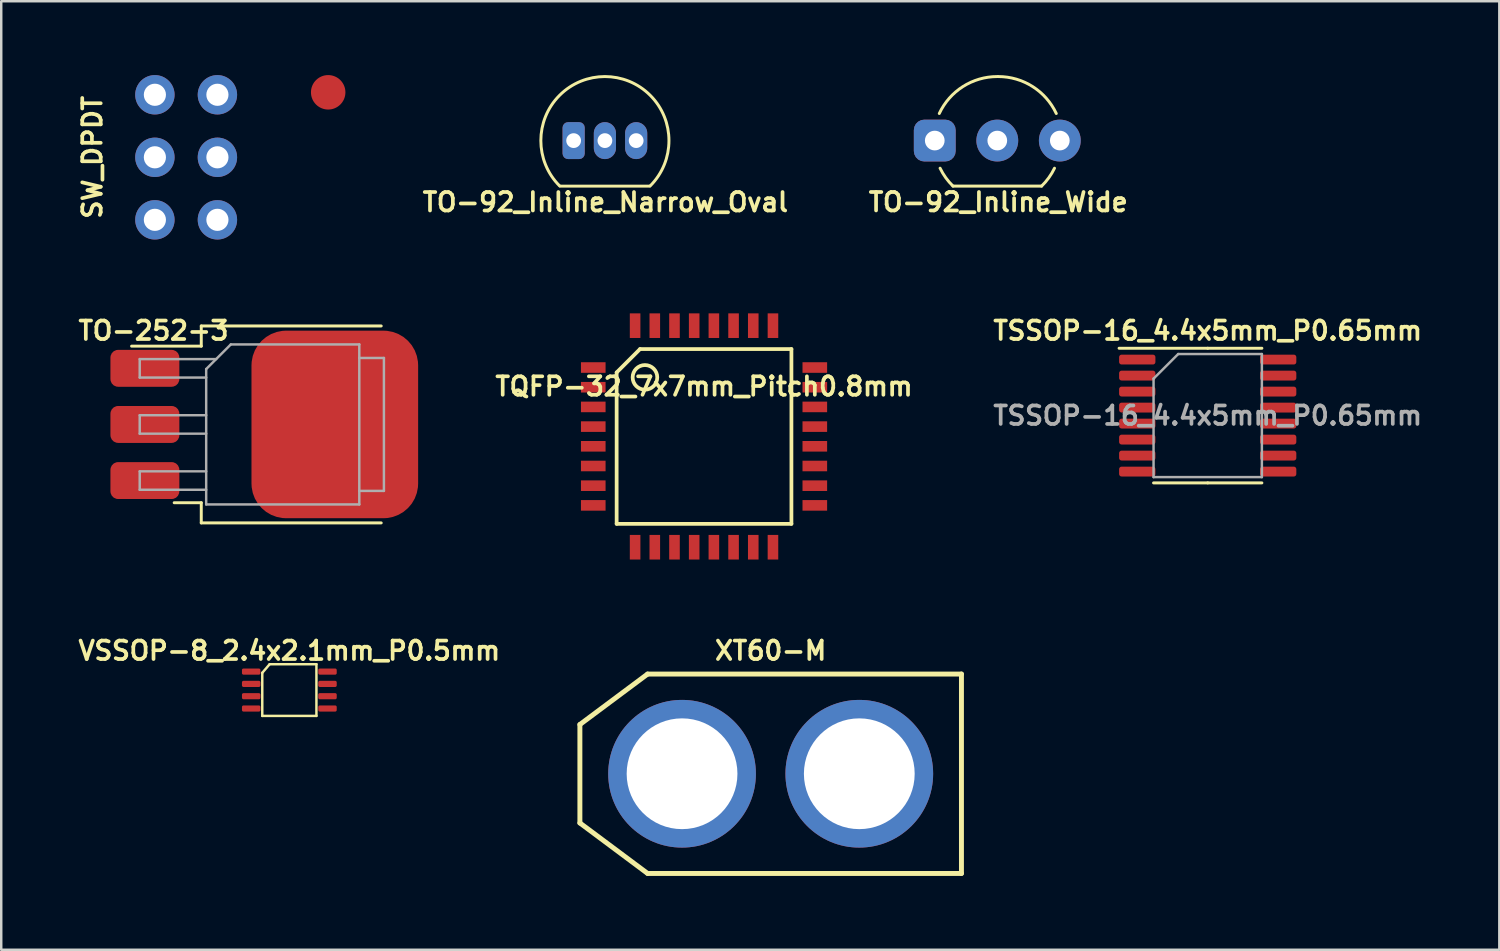
<source format=kicad_pcb>
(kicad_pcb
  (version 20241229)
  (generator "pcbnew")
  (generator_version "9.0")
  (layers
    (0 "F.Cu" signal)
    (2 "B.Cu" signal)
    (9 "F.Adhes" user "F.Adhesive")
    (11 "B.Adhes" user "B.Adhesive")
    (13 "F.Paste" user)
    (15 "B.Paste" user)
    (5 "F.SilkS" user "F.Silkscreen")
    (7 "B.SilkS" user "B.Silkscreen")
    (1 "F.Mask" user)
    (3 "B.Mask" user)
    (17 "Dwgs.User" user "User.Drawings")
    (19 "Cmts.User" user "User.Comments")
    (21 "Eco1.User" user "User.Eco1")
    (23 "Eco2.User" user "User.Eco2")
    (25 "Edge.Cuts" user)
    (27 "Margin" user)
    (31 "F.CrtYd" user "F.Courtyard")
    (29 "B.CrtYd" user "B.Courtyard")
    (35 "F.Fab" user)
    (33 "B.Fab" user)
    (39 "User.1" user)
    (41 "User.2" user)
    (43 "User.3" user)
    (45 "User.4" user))
  (footprint "TSSOP-16_4.4x5mm_P0.65mm"
    (layer "F.Cu")
    (at 46.011 13.832)
    (property "Reference" "TSSOP-16_4.4x5mm_P0.65mm" (at 0 -3.45 180) (layer "F.SilkS") (effects (font (size 0.75 0.75) (thickness 0.15))))
    (attr smd)
    (fp_line (start 0 -2.735) (end -3.6 -2.735) (stroke (width 0.12) (type solid)) (layer "F.SilkS"))
    (fp_line (start 0 -2.735) (end 2.2 -2.735) (stroke (width 0.12) (type solid)) (layer "F.SilkS"))
    (fp_line (start 0 2.735) (end -2.2 2.735) (stroke (width 0.12) (type solid)) (layer "F.SilkS"))
    (fp_line (start 0 2.735) (end 2.2 2.735) (stroke (width 0.12) (type solid)) (layer "F.SilkS"))
    (fp_line (start -2.2 -1.5) (end -1.2 -2.5) (stroke (width 0.1) (type solid)) (layer "F.Fab"))
    (fp_line (start -2.2 2.5) (end -2.2 -1.5) (stroke (width 0.1) (type solid)) (layer "F.Fab"))
    (fp_line (start -1.2 -2.5) (end 2.2 -2.5) (stroke (width 0.1) (type solid)) (layer "F.Fab"))
    (fp_line (start 2.2 -2.5) (end 2.2 2.5) (stroke (width 0.1) (type solid)) (layer "F.Fab"))
    (fp_line (start 2.2 2.5) (end -2.2 2.5) (stroke (width 0.1) (type solid)) (layer "F.Fab"))
    (fp_text user "${REFERENCE}" (at 0 0 180) (layer "F.Fab") (effects (font (size 0.75 0.75) (thickness 0.15))))
    (pad "1" smd roundrect (at -2.862 -2.275) (size 1.475 0.4) (layers "F.Cu" "F.Mask" "F.Paste") (roundrect_rratio 0.25))
    (pad "2" smd roundrect (at -2.862 -1.625) (size 1.475 0.4) (layers "F.Cu" "F.Mask" "F.Paste") (roundrect_rratio 0.25))
    (pad "3" smd roundrect (at -2.862 -0.975) (size 1.475 0.4) (layers "F.Cu" "F.Mask" "F.Paste") (roundrect_rratio 0.25))
    (pad "4" smd roundrect (at -2.862 -0.325) (size 1.475 0.4) (layers "F.Cu" "F.Mask" "F.Paste") (roundrect_rratio 0.25))
    (pad "5" smd roundrect (at -2.862 0.325) (size 1.475 0.4) (layers "F.Cu" "F.Mask" "F.Paste") (roundrect_rratio 0.25))
    (pad "6" smd roundrect (at -2.862 0.975) (size 1.475 0.4) (layers "F.Cu" "F.Mask" "F.Paste") (roundrect_rratio 0.25))
    (pad "7" smd roundrect (at -2.862 1.625) (size 1.475 0.4) (layers "F.Cu" "F.Mask" "F.Paste") (roundrect_rratio 0.25))
    (pad "8" smd roundrect (at -2.862 2.275) (size 1.475 0.4) (layers "F.Cu" "F.Mask" "F.Paste") (roundrect_rratio 0.25))
    (pad "9" smd roundrect (at 2.862 2.275) (size 1.475 0.4) (layers "F.Cu" "F.Mask" "F.Paste") (roundrect_rratio 0.25))
    (pad "10" smd roundrect (at 2.862 1.625) (size 1.475 0.4) (layers "F.Cu" "F.Mask" "F.Paste") (roundrect_rratio 0.25))
    (pad "11" smd roundrect (at 2.862 0.975) (size 1.475 0.4) (layers "F.Cu" "F.Mask" "F.Paste") (roundrect_rratio 0.25))
    (pad "12" smd roundrect (at 2.862 0.325) (size 1.475 0.4) (layers "F.Cu" "F.Mask" "F.Paste") (roundrect_rratio 0.25))
    (pad "13" smd roundrect (at 2.862 -0.325) (size 1.475 0.4) (layers "F.Cu" "F.Mask" "F.Paste") (roundrect_rratio 0.25))
    (pad "14" smd roundrect (at 2.862 -0.975) (size 1.475 0.4) (layers "F.Cu" "F.Mask" "F.Paste") (roundrect_rratio 0.25))
    (pad "15" smd roundrect (at 2.862 -1.625) (size 1.475 0.4) (layers "F.Cu" "F.Mask" "F.Paste") (roundrect_rratio 0.25))
    (pad "16" smd roundrect (at 2.862 -2.275) (size 1.475 0.4) (layers "F.Cu" "F.Mask" "F.Paste") (roundrect_rratio 0.25)))
  (footprint "TQFP-32_7x7mm_Pitch0.8mm"
    (layer "F.Cu")
    (at 25.55 14.68)
    (property "Reference" "TQFP-32_7x7mm_Pitch0.8mm" (at 0 -2.032 0) (layer "F.SilkS") (effects (font (size 0.75 0.75) (thickness 0.15))))
    (attr through_hole)
    (fp_line (start -3.55 -2.6) (end -3.55 3.55) (stroke (width 0.152) (type solid)) (layer "F.SilkS"))
    (fp_line (start -3.55 3.55) (end 3.55 3.55) (stroke (width 0.152) (type solid)) (layer "F.SilkS"))
    (fp_line (start -2.6 -3.55) (end -3.55 -2.6) (stroke (width 0.152) (type solid)) (layer "F.SilkS"))
    (fp_line (start -2.6 -3.55) (end 3.55 -3.55) (stroke (width 0.152) (type solid)) (layer "F.SilkS"))
    (fp_line (start 3.55 3.55) (end 3.55 -3.55) (stroke (width 0.152) (type solid)) (layer "F.SilkS"))
    (fp_circle (center -2.4 -2.4) (end -2.4 -1.9) (stroke (width 0.152) (type solid)) (fill no) (layer "F.SilkS"))
    (pad "1" smd rect (at -4.5 -2.8) (size 1 0.43) (layers "F.Cu" "F.Mask" "F.Paste"))
    (pad "2" smd rect (at -4.5 -2) (size 1 0.43) (layers "F.Cu" "F.Mask" "F.Paste"))
    (pad "3" smd rect (at -4.5 -1.2) (size 1 0.43) (layers "F.Cu" "F.Mask" "F.Paste"))
    (pad "4" smd rect (at -4.5 -0.4) (size 1 0.43) (layers "F.Cu" "F.Mask" "F.Paste"))
    (pad "5" smd rect (at -4.5 0.4) (size 1 0.43) (layers "F.Cu" "F.Mask" "F.Paste"))
    (pad "6" smd rect (at -4.5 1.2) (size 1 0.43) (layers "F.Cu" "F.Mask" "F.Paste"))
    (pad "7" smd rect (at -4.5 2) (size 1 0.43) (layers "F.Cu" "F.Mask" "F.Paste"))
    (pad "8" smd rect (at -4.5 2.8) (size 1 0.43) (layers "F.Cu" "F.Mask" "F.Paste"))
    (pad "9" smd rect (at -2.8 4.5) (size 0.43 1) (layers "F.Cu" "F.Mask" "F.Paste"))
    (pad "10" smd rect (at -2 4.5) (size 0.43 1) (layers "F.Cu" "F.Mask" "F.Paste"))
    (pad "11" smd rect (at -1.2 4.5) (size 0.43 1) (layers "F.Cu" "F.Mask" "F.Paste"))
    (pad "12" smd rect (at -0.4 4.5) (size 0.43 1) (layers "F.Cu" "F.Mask" "F.Paste"))
    (pad "13" smd rect (at 0.4 4.5) (size 0.43 1) (layers "F.Cu" "F.Mask" "F.Paste"))
    (pad "14" smd rect (at 1.2 4.5) (size 0.43 1) (layers "F.Cu" "F.Mask" "F.Paste"))
    (pad "15" smd rect (at 2 4.5) (size 0.43 1) (layers "F.Cu" "F.Mask" "F.Paste"))
    (pad "16" smd rect (at 2.8 4.5) (size 0.43 1) (layers "F.Cu" "F.Mask" "F.Paste"))
    (pad "17" smd rect (at 4.5 2.8) (size 1 0.43) (layers "F.Cu" "F.Mask" "F.Paste"))
    (pad "18" smd rect (at 4.5 2) (size 1 0.43) (layers "F.Cu" "F.Mask" "F.Paste"))
    (pad "19" smd rect (at 4.5 1.2) (size 1 0.43) (layers "F.Cu" "F.Mask" "F.Paste"))
    (pad "20" smd rect (at 4.5 0.4) (size 1 0.43) (layers "F.Cu" "F.Mask" "F.Paste"))
    (pad "21" smd rect (at 4.5 -0.4) (size 1 0.43) (layers "F.Cu" "F.Mask" "F.Paste"))
    (pad "22" smd rect (at 4.5 -1.2) (size 1 0.43) (layers "F.Cu" "F.Mask" "F.Paste"))
    (pad "23" smd rect (at 4.5 -2) (size 1 0.43) (layers "F.Cu" "F.Mask" "F.Paste"))
    (pad "24" smd rect (at 4.5 -2.8) (size 1 0.43) (layers "F.Cu" "F.Mask" "F.Paste"))
    (pad "25" smd rect (at 2.8 -4.5) (size 0.43 1) (layers "F.Cu" "F.Mask" "F.Paste"))
    (pad "26" smd rect (at 2 -4.5) (size 0.43 1) (layers "F.Cu" "F.Mask" "F.Paste"))
    (pad "27" smd rect (at 1.2 -4.5) (size 0.43 1) (layers "F.Cu" "F.Mask" "F.Paste"))
    (pad "28" smd rect (at 0.4 -4.5) (size 0.43 1) (layers "F.Cu" "F.Mask" "F.Paste"))
    (pad "29" smd rect (at -0.4 -4.5) (size 0.43 1) (layers "F.Cu" "F.Mask" "F.Paste"))
    (pad "30" smd rect (at -1.2 -4.5) (size 0.43 1) (layers "F.Cu" "F.Mask" "F.Paste"))
    (pad "31" smd rect (at -2 -4.5) (size 0.43 1) (layers "F.Cu" "F.Mask" "F.Paste"))
    (pad "32" smd rect (at -2.8 -4.5) (size 0.43 1) (layers "F.Cu" "F.Mask" "F.Paste")))
  (footprint "XT60-M"
    (layer "F.Cu")
    (at 28.257 28.382)
    (property "Reference" "XT60-M" (at 0 -5 0) (layer "F.SilkS") (effects (font (size 0.75 0.75) (thickness 0.15))))
    (attr through_hole)
    (fp_line (start -7.75 -2) (end -7.75 2) (stroke (width 0.2) (type solid)) (layer "F.SilkS"))
    (fp_line (start -7.75 2) (end -5 4.05) (stroke (width 0.2) (type solid)) (layer "F.SilkS"))
    (fp_line (start -5 -4.05) (end -7.75 -2) (stroke (width 0.2) (type solid)) (layer "F.SilkS"))
    (fp_line (start -5 -4.05) (end 7.75 -4.05) (stroke (width 0.2) (type solid)) (layer "F.SilkS"))
    (fp_line (start -5 4.05) (end 7.75 4.05) (stroke (width 0.2) (type solid)) (layer "F.SilkS"))
    (fp_line (start 7.75 -4.05) (end 7.75 4.05) (stroke (width 0.2) (type solid)) (layer "F.SilkS"))
    (pad "1" thru_hole circle (at 3.6 0) (size 6 6) (drill 4.5) (layers "*.Cu" "*.Mask"))
    (pad "2" thru_hole circle (at -3.6 0) (size 6 6) (drill 4.5) (layers "*.Cu" "*.Mask")))
  (footprint "SW_DPDT"
    (layer "F.Cu")
    (at 4.512 3.34)
    (property "Reference" "SW_DPDT" (at -3.81 0 90) (unlocked yes) (layer "F.SilkS") (effects (font (size 0.75 0.75) (thickness 0.15))))
    (attr through_hole)
    (pad "1" thru_hole circle (at -1.27 2.54 90) (size 1.6 1.6) (drill 0.9) (layers "*.Cu" "*.Mask"))
    (pad "2" thru_hole circle (at -1.27 0 90) (size 1.6 1.6) (drill 0.9) (layers "*.Cu" "*.Mask"))
    (pad "3" thru_hole circle (at -1.27 -2.54 90) (size 1.6 1.6) (drill 0.9) (layers "*.Cu" "*.Mask"))
    (pad "4" thru_hole circle (at 1.27 2.54 90) (size 1.6 1.6) (drill 0.9) (layers "*.Cu" "*.Mask"))
    (pad "5" thru_hole circle (at 1.27 0 90) (size 1.6 1.6) (drill 0.9) (layers "*.Cu" "*.Mask"))
    (pad "6" thru_hole circle (at 1.27 -2.54 90) (size 1.6 1.6) (drill 0.9) (layers "*.Cu" "*.Mask")))
  (footprint "TestPad"
    (layer "F.Cu")
    (at 10.282 0.7)
    (property "Reference" "TestPad" (at 0 0.635 0) (layer "Dwgs.User") (effects (font (size 0.127 0.127) (thickness 0.001))))
    (attr smd)
    (pad "1" smd circle (at 0 0) (size 1.4 1.4) (layers "F.Cu" "F.Mask" "F.Paste")))
  (footprint "VSSOP-8_2.4x2.1mm_P0.5mm"
    (layer "F.Cu")
    (at 8.704 24.982)
    (property "Reference" "VSSOP-8_2.4x2.1mm_P0.5mm" (at 0 -1.6 0) (layer "F.SilkS") (effects (font (size 0.75 0.75) (thickness 0.15))))
    (attr smd)
    (fp_line (start -1.1 -0.7) (end -1.1 1.05) (stroke (width 0.1) (type solid)) (layer "F.SilkS"))
    (fp_line (start -1.1 1.05) (end 1.1 1.05) (stroke (width 0.1) (type solid)) (layer "F.SilkS"))
    (fp_line (start -0.8 -1.05) (end -1.1 -0.7) (stroke (width 0.1) (type solid)) (layer "F.SilkS"))
    (fp_line (start 1.1 -1.05) (end -0.8 -1.05) (stroke (width 0.1) (type solid)) (layer "F.SilkS"))
    (fp_line (start 1.1 1.05) (end 1.1 -1.05) (stroke (width 0.1) (type solid)) (layer "F.SilkS"))
    (pad "1" smd roundrect (at -1.55 -0.75) (size 0.75 0.25) (layers "F.Cu" "F.Mask" "F.Paste") (roundrect_rratio 0.25))
    (pad "2" smd roundrect (at -1.55 -0.25) (size 0.75 0.25) (layers "F.Cu" "F.Mask" "F.Paste") (roundrect_rratio 0.25))
    (pad "3" smd roundrect (at -1.55 0.25) (size 0.75 0.25) (layers "F.Cu" "F.Mask" "F.Paste") (roundrect_rratio 0.25))
    (pad "4" smd roundrect (at -1.55 0.75) (size 0.75 0.25) (layers "F.Cu" "F.Mask" "F.Paste") (roundrect_rratio 0.25))
    (pad "5" smd roundrect (at 1.55 0.75) (size 0.75 0.25) (layers "F.Cu" "F.Mask" "F.Paste") (roundrect_rratio 0.25))
    (pad "6" smd roundrect (at 1.55 0.25) (size 0.75 0.25) (layers "F.Cu" "F.Mask" "F.Paste") (roundrect_rratio 0.25))
    (pad "7" smd roundrect (at 1.55 -0.25) (size 0.75 0.25) (layers "F.Cu" "F.Mask" "F.Paste") (roundrect_rratio 0.25))
    (pad "8" smd roundrect (at 1.55 -0.75) (size 0.75 0.25) (layers "F.Cu" "F.Mask" "F.Paste") (roundrect_rratio 0.25)))
  (footprint "TO-92_Inline_Wide"
    (layer "F.Cu")
    (at 37.463 2.66)
    (property "Reference" "TO-92_Inline_Wide" (at 0.04 2.5 180) (layer "F.SilkS") (effects (font (size 0.75 0.75) (thickness 0.15))))
    (attr through_hole)
    (fp_line (start -1.8 1.85) (end 1.8 1.85) (stroke (width 0.12) (type solid)) (layer "F.SilkS"))
    (fp_arc (start -2.3564 -1.098807) (mid -1.396979 -2.192817) (end 0 -2.6) (stroke (width 0.12) (type solid)) (layer "F.SilkS"))
    (fp_arc (start -1.8 1.85) (mid -2.093903 1.509328) (end -2.324184 1.122795) (stroke (width 0.12) (type solid)) (layer "F.SilkS"))
    (fp_arc (start 0.04 -2.6) (mid 1.436979 -2.192818) (end 2.3964 -1.098807) (stroke (width 0.12) (type solid)) (layer "F.SilkS"))
    (fp_arc (start 2.324184 1.122795) (mid 2.093903 1.509328) (end 1.8 1.85) (stroke (width 0.12) (type solid)) (layer "F.SilkS"))
    (pad "1" thru_hole roundrect (at -2.54 0 90) (size 1.7 1.7) (drill 0.8) (layers "*.Cu" "*.Mask") (roundrect_rratio 0.25))
    (pad "2" thru_hole circle (at 0 0 90) (size 1.7 1.7) (drill 0.8) (layers "*.Cu" "*.Mask"))
    (pad "3" thru_hole circle (at 2.54 0 90) (size 1.7 1.7) (drill 0.8) (layers "*.Cu" "*.Mask")))
  (footprint "TO-252-3"
    (layer "F.Cu")
    (at 8.436 14.192)
    (property "Reference" "TO-252-3" (at -5.25 -3.81 0) (layer "F.SilkS") (effects (font (size 0.75 0.75) (thickness 0.15))))
    (attr smd)
    (fp_line (start -3.31 -4) (end -3.31 -3.18) (stroke (width 0.12) (type solid)) (layer "F.SilkS"))
    (fp_line (start -3.31 -3.18) (end -6.14 -3.18) (stroke (width 0.12) (type solid)) (layer "F.SilkS"))
    (fp_line (start -3.31 3.18) (end -4.41 3.18) (stroke (width 0.12) (type solid)) (layer "F.SilkS"))
    (fp_line (start -3.31 4) (end -3.31 3.18) (stroke (width 0.12) (type solid)) (layer "F.SilkS"))
    (fp_line (start 4 -4) (end -3.31 -4) (stroke (width 0.12) (type solid)) (layer "F.SilkS"))
    (fp_line (start 4 4) (end -3.31 4) (stroke (width 0.12) (type solid)) (layer "F.SilkS"))
    (fp_line (start -5.81 -2.655) (end -5.81 -1.905) (stroke (width 0.1) (type solid)) (layer "F.Fab"))
    (fp_line (start -5.81 -1.905) (end -3.11 -1.905) (stroke (width 0.1) (type solid)) (layer "F.Fab"))
    (fp_line (start -5.81 -0.375) (end -5.81 0.375) (stroke (width 0.1) (type solid)) (layer "F.Fab"))
    (fp_line (start -5.81 0.375) (end -3.11 0.375) (stroke (width 0.1) (type solid)) (layer "F.Fab"))
    (fp_line (start -5.81 1.905) (end -5.81 2.655) (stroke (width 0.1) (type solid)) (layer "F.Fab"))
    (fp_line (start -5.81 2.655) (end -3.11 2.655) (stroke (width 0.1) (type solid)) (layer "F.Fab"))
    (fp_line (start -3.11 -2.25) (end -2.11 -3.25) (stroke (width 0.1) (type solid)) (layer "F.Fab"))
    (fp_line (start -3.11 -0.375) (end -5.81 -0.375) (stroke (width 0.1) (type solid)) (layer "F.Fab"))
    (fp_line (start -3.11 1.905) (end -5.81 1.905) (stroke (width 0.1) (type solid)) (layer "F.Fab"))
    (fp_line (start -3.11 3.25) (end -3.11 -2.25) (stroke (width 0.1) (type solid)) (layer "F.Fab"))
    (fp_line (start -2.705 -2.655) (end -5.81 -2.655) (stroke (width 0.1) (type solid)) (layer "F.Fab"))
    (fp_line (start -2.11 -3.25) (end 3.11 -3.25) (stroke (width 0.1) (type solid)) (layer "F.Fab"))
    (fp_line (start 3.11 -3.25) (end 3.11 3.25) (stroke (width 0.1) (type solid)) (layer "F.Fab"))
    (fp_line (start 3.11 -2.7) (end 4.11 -2.7) (stroke (width 0.1) (type solid)) (layer "F.Fab"))
    (fp_line (start 3.11 3.25) (end -3.11 3.25) (stroke (width 0.1) (type solid)) (layer "F.Fab"))
    (fp_line (start 4.11 -2.7) (end 4.11 2.7) (stroke (width 0.1) (type solid)) (layer "F.Fab"))
    (fp_line (start 4.11 2.7) (end 3.11 2.7) (stroke (width 0.1) (type solid)) (layer "F.Fab"))
    (pad "1" smd roundrect (at -5.6 -2.28) (size 2.8 1.5) (layers "F.Cu" "F.Mask" "F.Paste") (roundrect_rratio 0.208))
    (pad "2" smd roundrect (at -5.6 0) (size 2.8 1.5) (layers "F.Cu" "F.Mask" "F.Paste") (roundrect_rratio 0.208))
    (pad "2" smd roundrect (at 2.115 0) (size 6.77 7.62) (layers "F.Cu" "F.Mask" "F.Paste") (roundrect_rratio 0.208))
    (pad "3" smd roundrect (at -5.6 2.28) (size 2.8 1.5) (layers "F.Cu" "F.Mask" "F.Paste") (roundrect_rratio 0.208)))
  (footprint "TO-92_Inline_Narrow_Oval"
    (layer "F.Cu")
    (at 21.523 2.662)
    (property "Reference" "TO-92_Inline_Narrow_Oval" (at 0.02 2.5 0) (layer "F.SilkS") (effects (font (size 0.75 0.75) (thickness 0.15))))
    (attr through_hole)
    (fp_line (start -1.82 1.85) (end 1.82 1.85) (stroke (width 0.12) (type solid)) (layer "F.SilkS"))
    (fp_arc (start -1.84 1.84) (mid 0 -2.602153) (end 1.84 1.84) (stroke (width 0.12) (type solid)) (layer "F.SilkS"))
    (pad "1" thru_hole roundrect (at -1.27 0 180) (size 0.9 1.5) (drill 0.6) (layers "*.Cu" "*.Mask") (roundrect_rratio 0.25))
    (pad "2" thru_hole oval (at 0 0 180) (size 0.9 1.5) (drill 0.6) (layers "*.Cu" "*.Mask"))
    (pad "3" thru_hole oval (at 1.27 0 180) (size 0.9 1.5) (drill 0.6) (layers "*.Cu" "*.Mask")))
  (gr_rect
    (start -3 -3)
    (end 57.857 35.532)
    (stroke (width 0.1) (type default))
    (fill no)
    (layer "Edge.Cuts")))
</source>
